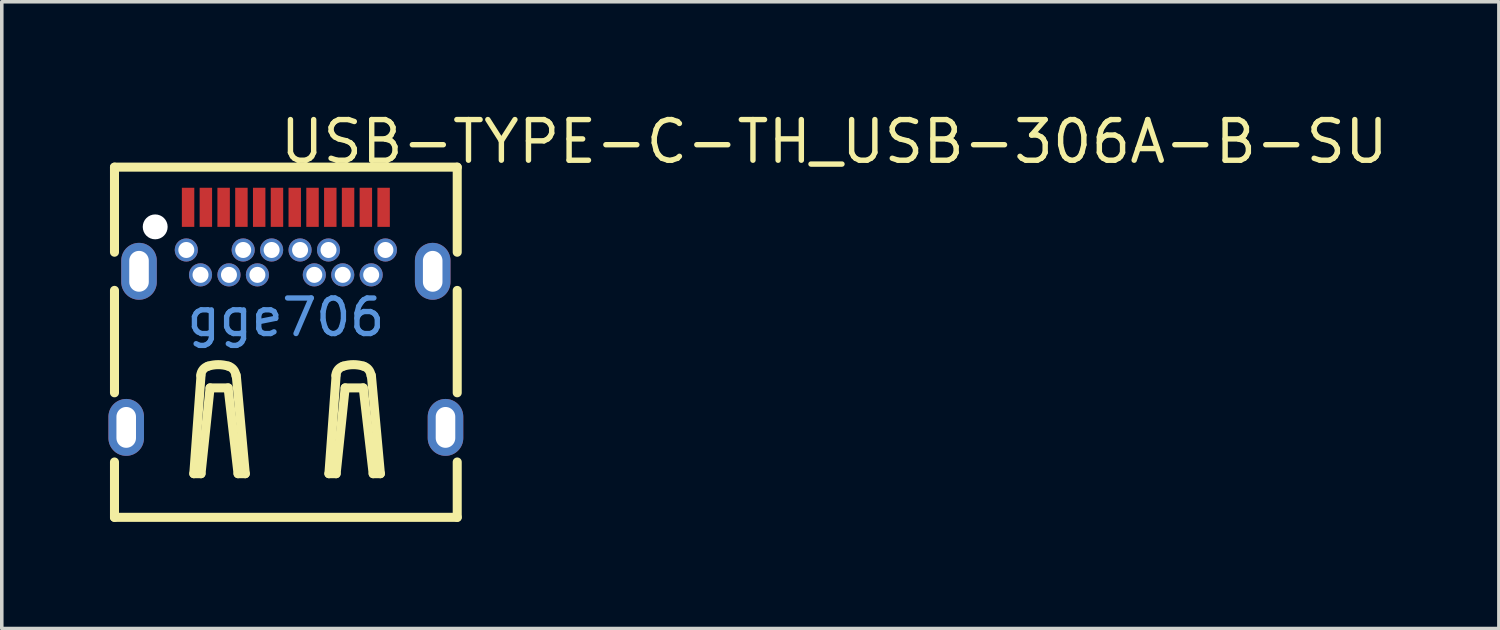
<source format=kicad_pcb>
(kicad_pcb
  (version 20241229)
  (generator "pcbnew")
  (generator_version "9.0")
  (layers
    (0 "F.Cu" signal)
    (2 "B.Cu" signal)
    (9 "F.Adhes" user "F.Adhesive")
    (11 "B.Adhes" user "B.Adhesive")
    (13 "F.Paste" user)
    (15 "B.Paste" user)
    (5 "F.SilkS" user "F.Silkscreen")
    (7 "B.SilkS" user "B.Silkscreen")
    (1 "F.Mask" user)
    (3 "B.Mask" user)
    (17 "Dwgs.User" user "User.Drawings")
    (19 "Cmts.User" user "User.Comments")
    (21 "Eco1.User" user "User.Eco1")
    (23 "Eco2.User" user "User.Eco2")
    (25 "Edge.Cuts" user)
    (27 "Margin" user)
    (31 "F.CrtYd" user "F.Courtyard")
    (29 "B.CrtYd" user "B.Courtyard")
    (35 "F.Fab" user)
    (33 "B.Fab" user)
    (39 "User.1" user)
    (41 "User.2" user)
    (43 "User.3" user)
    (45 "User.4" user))
  (footprint "USB-TYPE-C-TH_USB-306A-B-SU"
    (layer "F.Cu")
    (at 4.99 5.876)
    (property "Reference" "USB-TYPE-C-TH_USB-306A-B-SU" (at -0.243 -4.941 0) (layer "F.SilkS") (effects (font (size 1.143 1.143) (thickness 0.152)) (justify left)))
    (attr smd)
    (fp_line (start -4.82 -4.225) (end -4.82 -1.832) (stroke (width 0.254) (type solid)) (layer "F.SilkS"))
    (fp_line (start -4.82 -0.759) (end -4.82 2.122) (stroke (width 0.254) (type solid)) (layer "F.SilkS"))
    (fp_line (start -4.82 4.068) (end -4.82 5.625) (stroke (width 0.254) (type solid)) (layer "F.SilkS"))
    (fp_line (start -4.82 5.625) (end 4.82 5.625) (stroke (width 0.254) (type solid)) (layer "F.SilkS"))
    (fp_line (start -2.589 4.397) (end -2.386 1.628) (stroke (width 0.254) (type solid)) (layer "F.SilkS"))
    (fp_line (start -2.386 4.397) (end -2.589 4.397) (stroke (width 0.254) (type solid)) (layer "F.SilkS"))
    (fp_line (start -2.132 1.984) (end -2.386 4.397) (stroke (width 0.254) (type solid)) (layer "F.SilkS"))
    (fp_line (start -1.624 1.984) (end -2.132 1.984) (stroke (width 0.254) (type solid)) (layer "F.SilkS"))
    (fp_line (start -1.395 1.628) (end -1.141 4.397) (stroke (width 0.254) (type solid)) (layer "F.SilkS"))
    (fp_line (start -1.345 4.397) (end -1.624 1.984) (stroke (width 0.254) (type solid)) (layer "F.SilkS"))
    (fp_line (start -1.141 4.397) (end -1.345 4.397) (stroke (width 0.254) (type solid)) (layer "F.SilkS"))
    (fp_line (start 1.211 4.397) (end 1.414 1.628) (stroke (width 0.254) (type solid)) (layer "F.SilkS"))
    (fp_line (start 1.414 4.397) (end 1.211 4.397) (stroke (width 0.254) (type solid)) (layer "F.SilkS"))
    (fp_line (start 1.668 1.984) (end 1.414 4.397) (stroke (width 0.254) (type solid)) (layer "F.SilkS"))
    (fp_line (start 2.176 1.984) (end 1.668 1.984) (stroke (width 0.254) (type solid)) (layer "F.SilkS"))
    (fp_line (start 2.405 1.628) (end 2.659 4.397) (stroke (width 0.254) (type solid)) (layer "F.SilkS"))
    (fp_line (start 2.455 4.397) (end 2.176 1.984) (stroke (width 0.254) (type solid)) (layer "F.SilkS"))
    (fp_line (start 2.659 4.397) (end 2.455 4.397) (stroke (width 0.254) (type solid)) (layer "F.SilkS"))
    (fp_line (start 4.82 -4.225) (end -4.82 -4.225) (stroke (width 0.254) (type solid)) (layer "F.SilkS"))
    (fp_line (start 4.82 -4.225) (end 4.82 -1.832) (stroke (width 0.254) (type solid)) (layer "F.SilkS"))
    (fp_line (start 4.82 -0.758) (end 4.82 2.122) (stroke (width 0.254) (type solid)) (layer "F.SilkS"))
    (fp_line (start 4.82 4.068) (end 4.82 5.625) (stroke (width 0.254) (type solid)) (layer "F.SilkS"))
    (fp_arc (start -2.394 1.633) (mid -2.33043 1.471093) (end -2.186653 1.3732) (stroke (width 0.254) (type solid)) (layer "F.SilkS"))
    (fp_arc (start -2.186 1.373) (mid -1.900499 1.330354) (end -1.615042 1.373294) (stroke (width 0.254) (type solid)) (layer "F.SilkS"))
    (fp_arc (start -1.615 1.373) (mid -1.47117 1.471123) (end -1.407687 1.63325) (stroke (width 0.254) (type solid)) (layer "F.SilkS"))
    (fp_arc (start 1.406 1.633) (mid 1.46957 1.471093) (end 1.613347 1.3732) (stroke (width 0.254) (type solid)) (layer "F.SilkS"))
    (fp_arc (start 1.614 1.373) (mid 1.899501 1.330354) (end 2.184958 1.373294) (stroke (width 0.254) (type solid)) (layer "F.SilkS"))
    (fp_arc (start 2.185 1.373) (mid 2.32883 1.471123) (end 2.392313 1.63325) (stroke (width 0.254) (type solid)) (layer "F.SilkS"))
    (fp_text user "gge706" (at 0 0 0) (layer "Cmts.User") (effects (font (size 1 1) (thickness 0.15))))
    (pad "" np_thru_hole circle (at -3.675 -2.545) (size 0.7 0.7) (drill 0.7) (layers "*.Cu" "*.Mask"))
    (pad "25" thru_hole oval (at -4.49 3.095) (size 1 1.6) (drill oval 0.55 1.149) (layers "*.Cu" "*.Paste" "*.Mask"))
    (pad "25" thru_hole oval (at -4.13 -1.295) (size 1 1.6) (drill oval 0.55 1.149) (layers "*.Cu" "*.Paste" "*.Mask"))
    (pad "25" thru_hole oval (at 4.13 -1.295) (size 1 1.6) (drill oval 0.55 1.149) (layers "*.Cu" "*.Paste" "*.Mask"))
    (pad "25" thru_hole oval (at 4.49 3.095) (size 1 1.6) (drill oval 0.55 1.149) (layers "*.Cu" "*.Paste" "*.Mask"))
    (pad "A1" smd rect (at -2.75 -3.095) (size 0.35 1.1) (layers "F.Cu" "F.Mask" "F.Paste"))
    (pad "A2" smd rect (at -2.25 -3.095) (size 0.35 1.1) (layers "F.Cu" "F.Mask" "F.Paste"))
    (pad "A3" smd rect (at -1.75 -3.095) (size 0.35 1.1) (layers "F.Cu" "F.Mask" "F.Paste"))
    (pad "A4" smd rect (at -1.25 -3.095) (size 0.35 1.1) (layers "F.Cu" "F.Mask" "F.Paste"))
    (pad "A5" smd rect (at -0.75 -3.095) (size 0.35 1.1) (layers "F.Cu" "F.Mask" "F.Paste"))
    (pad "A6" smd rect (at -0.25 -3.095) (size 0.35 1.1) (layers "F.Cu" "F.Mask" "F.Paste"))
    (pad "A7" smd rect (at 0.25 -3.095) (size 0.35 1.1) (layers "F.Cu" "F.Mask" "F.Paste"))
    (pad "A8" smd rect (at 0.75 -3.095) (size 0.35 1.1) (layers "F.Cu" "F.Mask" "F.Paste"))
    (pad "A9" smd rect (at 1.25 -3.095) (size 0.35 1.1) (layers "F.Cu" "F.Mask" "F.Paste"))
    (pad "A10" smd rect (at 1.75 -3.095) (size 0.35 1.1) (layers "F.Cu" "F.Mask" "F.Paste"))
    (pad "A11" smd rect (at 2.25 -3.095) (size 0.35 1.1) (layers "F.Cu" "F.Mask" "F.Paste"))
    (pad "A12" smd rect (at 2.75 -3.095) (size 0.35 1.1) (layers "F.Cu" "F.Mask" "F.Paste"))
    (pad "B1" thru_hole circle (at 2.8 -1.895) (size 0.65 0.65) (drill 0.45) (layers "*.Cu" "*.Paste" "*.Mask"))
    (pad "B2" thru_hole circle (at 2.4 -1.195) (size 0.65 0.65) (drill 0.45) (layers "*.Cu" "*.Paste" "*.Mask"))
    (pad "B3" thru_hole circle (at 1.6 -1.195) (size 0.65 0.65) (drill 0.45) (layers "*.Cu" "*.Paste" "*.Mask"))
    (pad "B4" thru_hole circle (at 1.2 -1.895) (size 0.65 0.65) (drill 0.45) (layers "*.Cu" "*.Paste" "*.Mask"))
    (pad "B5" thru_hole circle (at 0.8 -1.195) (size 0.65 0.65) (drill 0.45) (layers "*.Cu" "*.Paste" "*.Mask"))
    (pad "B6" thru_hole circle (at 0.4 -1.895) (size 0.65 0.65) (drill 0.45) (layers "*.Cu" "*.Paste" "*.Mask"))
    (pad "B7" thru_hole circle (at -0.4 -1.895) (size 0.65 0.65) (drill 0.45) (layers "*.Cu" "*.Paste" "*.Mask"))
    (pad "B8" thru_hole circle (at -0.8 -1.195) (size 0.65 0.65) (drill 0.45) (layers "*.Cu" "*.Paste" "*.Mask"))
    (pad "B9" thru_hole circle (at -1.2 -1.895) (size 0.65 0.65) (drill 0.45) (layers "*.Cu" "*.Paste" "*.Mask"))
    (pad "B10" thru_hole circle (at -1.6 -1.195) (size 0.65 0.65) (drill 0.45) (layers "*.Cu" "*.Paste" "*.Mask"))
    (pad "B11" thru_hole circle (at -2.4 -1.195) (size 0.65 0.65) (drill 0.45) (layers "*.Cu" "*.Paste" "*.Mask"))
    (pad "B12" thru_hole circle (at -2.8 -1.895) (size 0.65 0.65) (drill 0.45) (layers "*.Cu" "*.Paste" "*.Mask")))
  (gr_rect
    (start -3 -3)
    (end 39.108 14.628)
    (stroke (width 0.1) (type default))
    (fill no)
    (layer "Edge.Cuts")))
</source>
